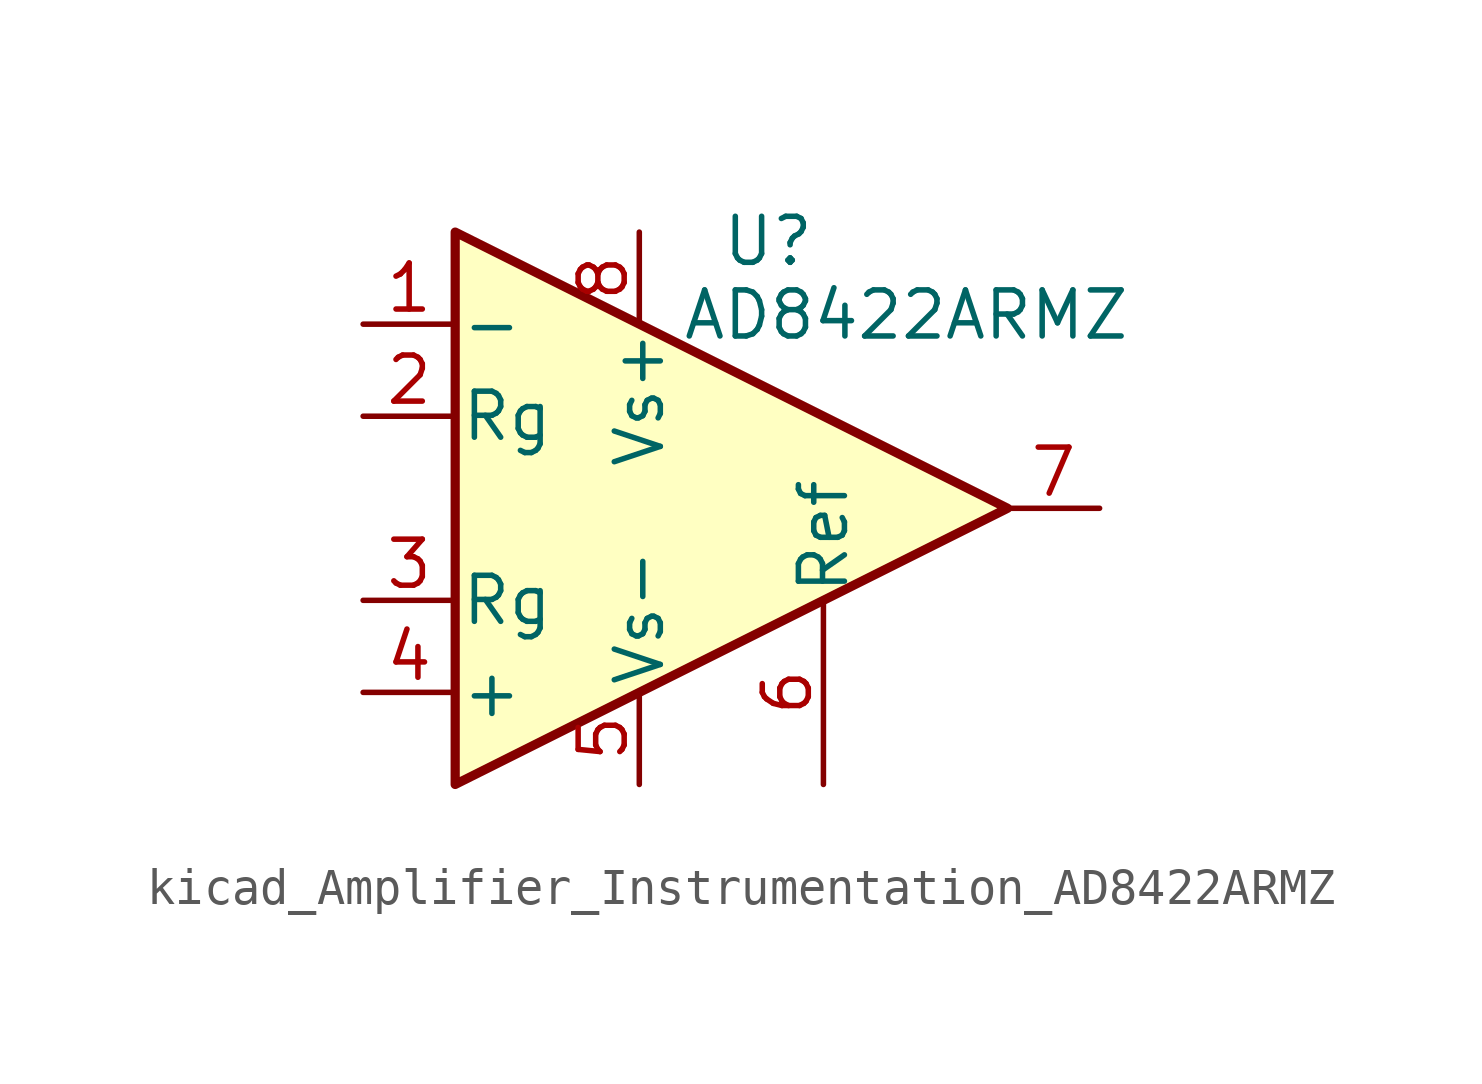
<source format=kicad_sym>
(kicad_symbol_lib
  (version 20220914)
  (generator kicad_symbol_editor)
  (symbol "kicad_Amplifier_Instrumentation_AD8422ARMZ"
    (pin_names
      (offset 0.127))
    (property "Reference" "U"
      (at 3.556 7.366 0)
      (effects (font (size 1.27 1.27))))
    (property "Value" "AD8422ARMZ"
      (at 7.366 5.334 0)
      (effects (font (size 1.27 1.27))))
    (symbol "kicad_Amplifier_Instrumentation_AD8422ARMZ_0_1"
      (polyline (pts (xy -5.08 7.62) (xy -5.08 -7.62) (xy 10.16 0) (xy -5.08 7.62)) (stroke (width 0.254) (type default)) (fill (type background))))
    (symbol "kicad_Amplifier_Instrumentation_AD8422ARMZ_1_1"
      (pin input line (at -7.62 5.08 0) (length 2.54) (name "-" (effects (font (size 1.27 1.27)))) (number "1" (effects (font (size 1.27 1.27)))))
      (pin passive line (at -7.62 2.54 0) (length 2.54) (name "Rg" (effects (font (size 1.27 1.27)))) (number "2" (effects (font (size 1.27 1.27)))))
      (pin passive line (at -7.62 -2.54 0) (length 2.54) (name "Rg" (effects (font (size 1.27 1.27)))) (number "3" (effects (font (size 1.27 1.27)))))
      (pin input line (at -7.62 -5.08 0) (length 2.54) (name "+" (effects (font (size 1.27 1.27)))) (number "4" (effects (font (size 1.27 1.27)))))
      (pin power_in line (at 0 -7.62 90) (length 2.54) (name "Vs-" (effects (font (size 1.27 1.27)))) (number "5" (effects (font (size 1.27 1.27)))))
      (pin passive line (at 5.08 -7.62 90) (length 5.08) (name "Ref" (effects (font (size 1.27 1.27)))) (number "6" (effects (font (size 1.27 1.27)))))
      (pin output line (at 12.7 0 180) (length 2.54) (name "~" (effects (font (size 1.27 1.27)))) (number "7" (effects (font (size 1.27 1.27)))))
      (pin power_in line (at 0 7.62 270) (length 2.54) (name "Vs+" (effects (font (size 1.27 1.27)))) (number "8" (effects (font (size 1.27 1.27))))))))
</source>
